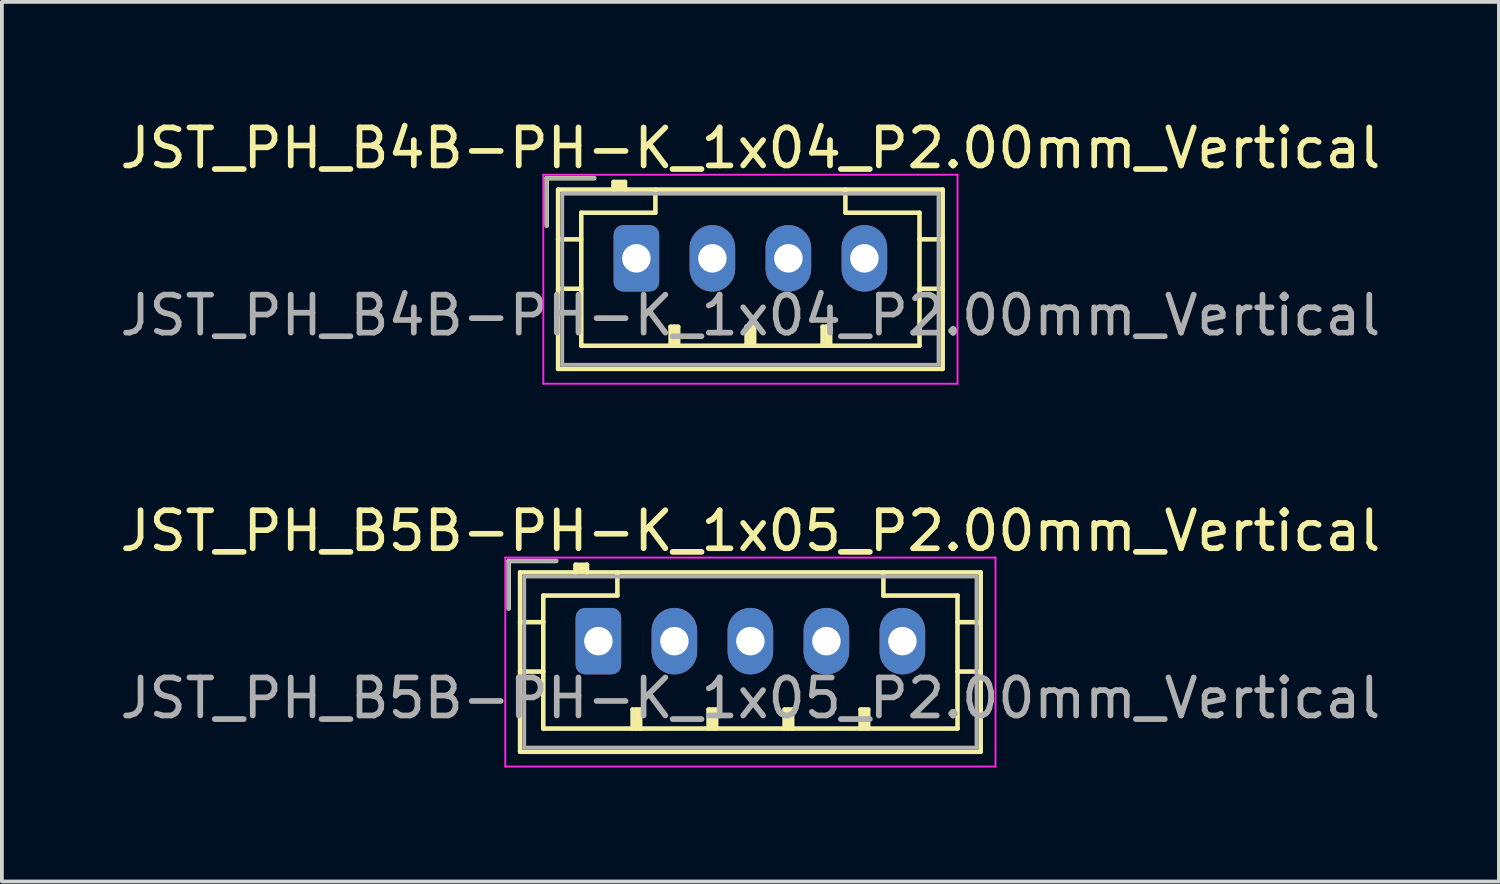
<source format=kicad_pcb>
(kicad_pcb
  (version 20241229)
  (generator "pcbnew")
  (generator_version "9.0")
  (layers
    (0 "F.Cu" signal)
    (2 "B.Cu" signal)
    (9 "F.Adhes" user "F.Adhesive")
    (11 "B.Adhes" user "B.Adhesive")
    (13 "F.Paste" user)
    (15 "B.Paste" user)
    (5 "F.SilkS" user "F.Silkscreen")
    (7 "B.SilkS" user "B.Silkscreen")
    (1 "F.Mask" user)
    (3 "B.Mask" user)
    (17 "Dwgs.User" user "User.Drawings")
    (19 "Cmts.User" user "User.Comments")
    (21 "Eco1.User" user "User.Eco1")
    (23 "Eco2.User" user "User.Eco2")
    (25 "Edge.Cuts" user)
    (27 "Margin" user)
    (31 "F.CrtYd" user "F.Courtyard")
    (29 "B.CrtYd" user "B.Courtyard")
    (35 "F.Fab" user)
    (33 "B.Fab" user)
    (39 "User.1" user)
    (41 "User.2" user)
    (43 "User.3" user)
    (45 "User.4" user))
  (footprint "JST_PH_B4B-PH-K_1x04_P2.00mm_Vertical"
    (layer "F.Cu")
    (at 13.696 3.748)
    (property "Reference" "JST_PH_B4B-PH-K_1x04_P2.00mm_Vertical" (at 3 -2.9 0) (layer "F.SilkS") (effects (font (size 1 1) (thickness 0.15))))
    (attr through_hole)
    (fp_line (start -2.36 -2.11) (end -2.36 -0.86) (stroke (width 0.12) (type solid)) (layer "F.SilkS"))
    (fp_line (start -2.06 -1.81) (end -2.06 2.91) (stroke (width 0.12) (type solid)) (layer "F.SilkS"))
    (fp_line (start -2.06 -0.5) (end -1.45 -0.5) (stroke (width 0.12) (type solid)) (layer "F.SilkS"))
    (fp_line (start -2.06 0.8) (end -1.45 0.8) (stroke (width 0.12) (type solid)) (layer "F.SilkS"))
    (fp_line (start -2.06 2.91) (end 8.06 2.91) (stroke (width 0.12) (type solid)) (layer "F.SilkS"))
    (fp_line (start -1.45 -1.2) (end -1.45 2.3) (stroke (width 0.12) (type solid)) (layer "F.SilkS"))
    (fp_line (start -1.45 2.3) (end 7.45 2.3) (stroke (width 0.12) (type solid)) (layer "F.SilkS"))
    (fp_line (start -1.11 -2.11) (end -2.36 -2.11) (stroke (width 0.12) (type solid)) (layer "F.SilkS"))
    (fp_line (start -0.6 -2.01) (end -0.6 -1.81) (stroke (width 0.12) (type solid)) (layer "F.SilkS"))
    (fp_line (start -0.3 -2.01) (end -0.6 -2.01) (stroke (width 0.12) (type solid)) (layer "F.SilkS"))
    (fp_line (start -0.3 -1.91) (end -0.6 -1.91) (stroke (width 0.12) (type solid)) (layer "F.SilkS"))
    (fp_line (start -0.3 -1.81) (end -0.3 -2.01) (stroke (width 0.12) (type solid)) (layer "F.SilkS"))
    (fp_line (start 0.5 -1.81) (end 0.5 -1.2) (stroke (width 0.12) (type solid)) (layer "F.SilkS"))
    (fp_line (start 0.5 -1.2) (end -1.45 -1.2) (stroke (width 0.12) (type solid)) (layer "F.SilkS"))
    (fp_line (start 0.9 1.8) (end 1.1 1.8) (stroke (width 0.12) (type solid)) (layer "F.SilkS"))
    (fp_line (start 0.9 2.3) (end 0.9 1.8) (stroke (width 0.12) (type solid)) (layer "F.SilkS"))
    (fp_line (start 1 2.3) (end 1 1.8) (stroke (width 0.12) (type solid)) (layer "F.SilkS"))
    (fp_line (start 1.1 1.8) (end 1.1 2.3) (stroke (width 0.12) (type solid)) (layer "F.SilkS"))
    (fp_line (start 2.9 1.8) (end 3.1 1.8) (stroke (width 0.12) (type solid)) (layer "F.SilkS"))
    (fp_line (start 2.9 2.3) (end 2.9 1.8) (stroke (width 0.12) (type solid)) (layer "F.SilkS"))
    (fp_line (start 3 2.3) (end 3 1.8) (stroke (width 0.12) (type solid)) (layer "F.SilkS"))
    (fp_line (start 3.1 1.8) (end 3.1 2.3) (stroke (width 0.12) (type solid)) (layer "F.SilkS"))
    (fp_line (start 4.9 1.8) (end 5.1 1.8) (stroke (width 0.12) (type solid)) (layer "F.SilkS"))
    (fp_line (start 4.9 2.3) (end 4.9 1.8) (stroke (width 0.12) (type solid)) (layer "F.SilkS"))
    (fp_line (start 5 2.3) (end 5 1.8) (stroke (width 0.12) (type solid)) (layer "F.SilkS"))
    (fp_line (start 5.1 1.8) (end 5.1 2.3) (stroke (width 0.12) (type solid)) (layer "F.SilkS"))
    (fp_line (start 5.5 -1.2) (end 5.5 -1.81) (stroke (width 0.12) (type solid)) (layer "F.SilkS"))
    (fp_line (start 7.45 -1.2) (end 5.5 -1.2) (stroke (width 0.12) (type solid)) (layer "F.SilkS"))
    (fp_line (start 7.45 2.3) (end 7.45 -1.2) (stroke (width 0.12) (type solid)) (layer "F.SilkS"))
    (fp_line (start 8.06 -1.81) (end -2.06 -1.81) (stroke (width 0.12) (type solid)) (layer "F.SilkS"))
    (fp_line (start 8.06 -0.5) (end 7.45 -0.5) (stroke (width 0.12) (type solid)) (layer "F.SilkS"))
    (fp_line (start 8.06 0.8) (end 7.45 0.8) (stroke (width 0.12) (type solid)) (layer "F.SilkS"))
    (fp_line (start 8.06 2.91) (end 8.06 -1.81) (stroke (width 0.12) (type solid)) (layer "F.SilkS"))
    (fp_line (start -2.45 -2.2) (end -2.45 3.3) (stroke (width 0.05) (type solid)) (layer "F.CrtYd"))
    (fp_line (start -2.45 3.3) (end 8.45 3.3) (stroke (width 0.05) (type solid)) (layer "F.CrtYd"))
    (fp_line (start 8.45 -2.2) (end -2.45 -2.2) (stroke (width 0.05) (type solid)) (layer "F.CrtYd"))
    (fp_line (start 8.45 3.3) (end 8.45 -2.2) (stroke (width 0.05) (type solid)) (layer "F.CrtYd"))
    (fp_line (start -2.36 -2.11) (end -2.36 -0.86) (stroke (width 0.1) (type solid)) (layer "F.Fab"))
    (fp_line (start -1.95 -1.7) (end -1.95 2.8) (stroke (width 0.1) (type solid)) (layer "F.Fab"))
    (fp_line (start -1.95 2.8) (end 7.95 2.8) (stroke (width 0.1) (type solid)) (layer "F.Fab"))
    (fp_line (start -1.11 -2.11) (end -2.36 -2.11) (stroke (width 0.1) (type solid)) (layer "F.Fab"))
    (fp_line (start 7.95 -1.7) (end -1.95 -1.7) (stroke (width 0.1) (type solid)) (layer "F.Fab"))
    (fp_line (start 7.95 2.8) (end 7.95 -1.7) (stroke (width 0.1) (type solid)) (layer "F.Fab"))
    (fp_text user "${REFERENCE}" (at 3 1.5 0) (layer "F.Fab") (effects (font (size 1 1) (thickness 0.15))))
    (pad "1" thru_hole roundrect (at 0 0) (size 1.2 1.75) (drill 0.75) (layers "*.Cu" "*.Mask") (roundrect_rratio 0.208))
    (pad "2" thru_hole oval (at 2 0) (size 1.2 1.75) (drill 0.75) (layers "*.Cu" "*.Mask"))
    (pad "3" thru_hole oval (at 4 0) (size 1.2 1.75) (drill 0.75) (layers "*.Cu" "*.Mask"))
    (pad "4" thru_hole oval (at 6 0) (size 1.2 1.75) (drill 0.75) (layers "*.Cu" "*.Mask")))
  (footprint "JST_PH_B5B-PH-K_1x05_P2.00mm_Vertical"
    (layer "F.Cu")
    (at 12.696 13.822)
    (property "Reference" "JST_PH_B5B-PH-K_1x05_P2.00mm_Vertical" (at 4 -2.9 0) (layer "F.SilkS") (effects (font (size 1 1) (thickness 0.15))))
    (attr through_hole)
    (fp_line (start -2.36 -2.11) (end -2.36 -0.86) (stroke (width 0.12) (type solid)) (layer "F.SilkS"))
    (fp_line (start -2.06 -1.81) (end -2.06 2.91) (stroke (width 0.12) (type solid)) (layer "F.SilkS"))
    (fp_line (start -2.06 -0.5) (end -1.45 -0.5) (stroke (width 0.12) (type solid)) (layer "F.SilkS"))
    (fp_line (start -2.06 0.8) (end -1.45 0.8) (stroke (width 0.12) (type solid)) (layer "F.SilkS"))
    (fp_line (start -2.06 2.91) (end 10.06 2.91) (stroke (width 0.12) (type solid)) (layer "F.SilkS"))
    (fp_line (start -1.45 -1.2) (end -1.45 2.3) (stroke (width 0.12) (type solid)) (layer "F.SilkS"))
    (fp_line (start -1.45 2.3) (end 9.45 2.3) (stroke (width 0.12) (type solid)) (layer "F.SilkS"))
    (fp_line (start -1.11 -2.11) (end -2.36 -2.11) (stroke (width 0.12) (type solid)) (layer "F.SilkS"))
    (fp_line (start -0.6 -2.01) (end -0.6 -1.81) (stroke (width 0.12) (type solid)) (layer "F.SilkS"))
    (fp_line (start -0.3 -2.01) (end -0.6 -2.01) (stroke (width 0.12) (type solid)) (layer "F.SilkS"))
    (fp_line (start -0.3 -1.91) (end -0.6 -1.91) (stroke (width 0.12) (type solid)) (layer "F.SilkS"))
    (fp_line (start -0.3 -1.81) (end -0.3 -2.01) (stroke (width 0.12) (type solid)) (layer "F.SilkS"))
    (fp_line (start 0.5 -1.81) (end 0.5 -1.2) (stroke (width 0.12) (type solid)) (layer "F.SilkS"))
    (fp_line (start 0.5 -1.2) (end -1.45 -1.2) (stroke (width 0.12) (type solid)) (layer "F.SilkS"))
    (fp_line (start 0.9 1.8) (end 1.1 1.8) (stroke (width 0.12) (type solid)) (layer "F.SilkS"))
    (fp_line (start 0.9 2.3) (end 0.9 1.8) (stroke (width 0.12) (type solid)) (layer "F.SilkS"))
    (fp_line (start 1 2.3) (end 1 1.8) (stroke (width 0.12) (type solid)) (layer "F.SilkS"))
    (fp_line (start 1.1 1.8) (end 1.1 2.3) (stroke (width 0.12) (type solid)) (layer "F.SilkS"))
    (fp_line (start 2.9 1.8) (end 3.1 1.8) (stroke (width 0.12) (type solid)) (layer "F.SilkS"))
    (fp_line (start 2.9 2.3) (end 2.9 1.8) (stroke (width 0.12) (type solid)) (layer "F.SilkS"))
    (fp_line (start 3 2.3) (end 3 1.8) (stroke (width 0.12) (type solid)) (layer "F.SilkS"))
    (fp_line (start 3.1 1.8) (end 3.1 2.3) (stroke (width 0.12) (type solid)) (layer "F.SilkS"))
    (fp_line (start 4.9 1.8) (end 5.1 1.8) (stroke (width 0.12) (type solid)) (layer "F.SilkS"))
    (fp_line (start 4.9 2.3) (end 4.9 1.8) (stroke (width 0.12) (type solid)) (layer "F.SilkS"))
    (fp_line (start 5 2.3) (end 5 1.8) (stroke (width 0.12) (type solid)) (layer "F.SilkS"))
    (fp_line (start 5.1 1.8) (end 5.1 2.3) (stroke (width 0.12) (type solid)) (layer "F.SilkS"))
    (fp_line (start 6.9 1.8) (end 7.1 1.8) (stroke (width 0.12) (type solid)) (layer "F.SilkS"))
    (fp_line (start 6.9 2.3) (end 6.9 1.8) (stroke (width 0.12) (type solid)) (layer "F.SilkS"))
    (fp_line (start 7 2.3) (end 7 1.8) (stroke (width 0.12) (type solid)) (layer "F.SilkS"))
    (fp_line (start 7.1 1.8) (end 7.1 2.3) (stroke (width 0.12) (type solid)) (layer "F.SilkS"))
    (fp_line (start 7.5 -1.2) (end 7.5 -1.81) (stroke (width 0.12) (type solid)) (layer "F.SilkS"))
    (fp_line (start 9.45 -1.2) (end 7.5 -1.2) (stroke (width 0.12) (type solid)) (layer "F.SilkS"))
    (fp_line (start 9.45 2.3) (end 9.45 -1.2) (stroke (width 0.12) (type solid)) (layer "F.SilkS"))
    (fp_line (start 10.06 -1.81) (end -2.06 -1.81) (stroke (width 0.12) (type solid)) (layer "F.SilkS"))
    (fp_line (start 10.06 -0.5) (end 9.45 -0.5) (stroke (width 0.12) (type solid)) (layer "F.SilkS"))
    (fp_line (start 10.06 0.8) (end 9.45 0.8) (stroke (width 0.12) (type solid)) (layer "F.SilkS"))
    (fp_line (start 10.06 2.91) (end 10.06 -1.81) (stroke (width 0.12) (type solid)) (layer "F.SilkS"))
    (fp_line (start -2.45 -2.2) (end -2.45 3.3) (stroke (width 0.05) (type solid)) (layer "F.CrtYd"))
    (fp_line (start -2.45 3.3) (end 10.45 3.3) (stroke (width 0.05) (type solid)) (layer "F.CrtYd"))
    (fp_line (start 10.45 -2.2) (end -2.45 -2.2) (stroke (width 0.05) (type solid)) (layer "F.CrtYd"))
    (fp_line (start 10.45 3.3) (end 10.45 -2.2) (stroke (width 0.05) (type solid)) (layer "F.CrtYd"))
    (fp_line (start -2.36 -2.11) (end -2.36 -0.86) (stroke (width 0.1) (type solid)) (layer "F.Fab"))
    (fp_line (start -1.95 -1.7) (end -1.95 2.8) (stroke (width 0.1) (type solid)) (layer "F.Fab"))
    (fp_line (start -1.95 2.8) (end 9.95 2.8) (stroke (width 0.1) (type solid)) (layer "F.Fab"))
    (fp_line (start -1.11 -2.11) (end -2.36 -2.11) (stroke (width 0.1) (type solid)) (layer "F.Fab"))
    (fp_line (start 9.95 -1.7) (end -1.95 -1.7) (stroke (width 0.1) (type solid)) (layer "F.Fab"))
    (fp_line (start 9.95 2.8) (end 9.95 -1.7) (stroke (width 0.1) (type solid)) (layer "F.Fab"))
    (fp_text user "${REFERENCE}" (at 4 1.5 0) (layer "F.Fab") (effects (font (size 1 1) (thickness 0.15))))
    (pad "1" thru_hole roundrect (at 0 0) (size 1.2 1.75) (drill 0.75) (layers "*.Cu" "*.Mask") (roundrect_rratio 0.208))
    (pad "2" thru_hole oval (at 2 0) (size 1.2 1.75) (drill 0.75) (layers "*.Cu" "*.Mask"))
    (pad "3" thru_hole oval (at 4 0) (size 1.2 1.75) (drill 0.75) (layers "*.Cu" "*.Mask"))
    (pad "4" thru_hole oval (at 6 0) (size 1.2 1.75) (drill 0.75) (layers "*.Cu" "*.Mask"))
    (pad "5" thru_hole oval (at 8 0) (size 1.2 1.75) (drill 0.75) (layers "*.Cu" "*.Mask")))
  (gr_rect
    (start -3 -3)
    (end 36.393 20.146)
    (stroke (width 0.1) (type default))
    (fill no)
    (layer "Edge.Cuts")))
</source>
